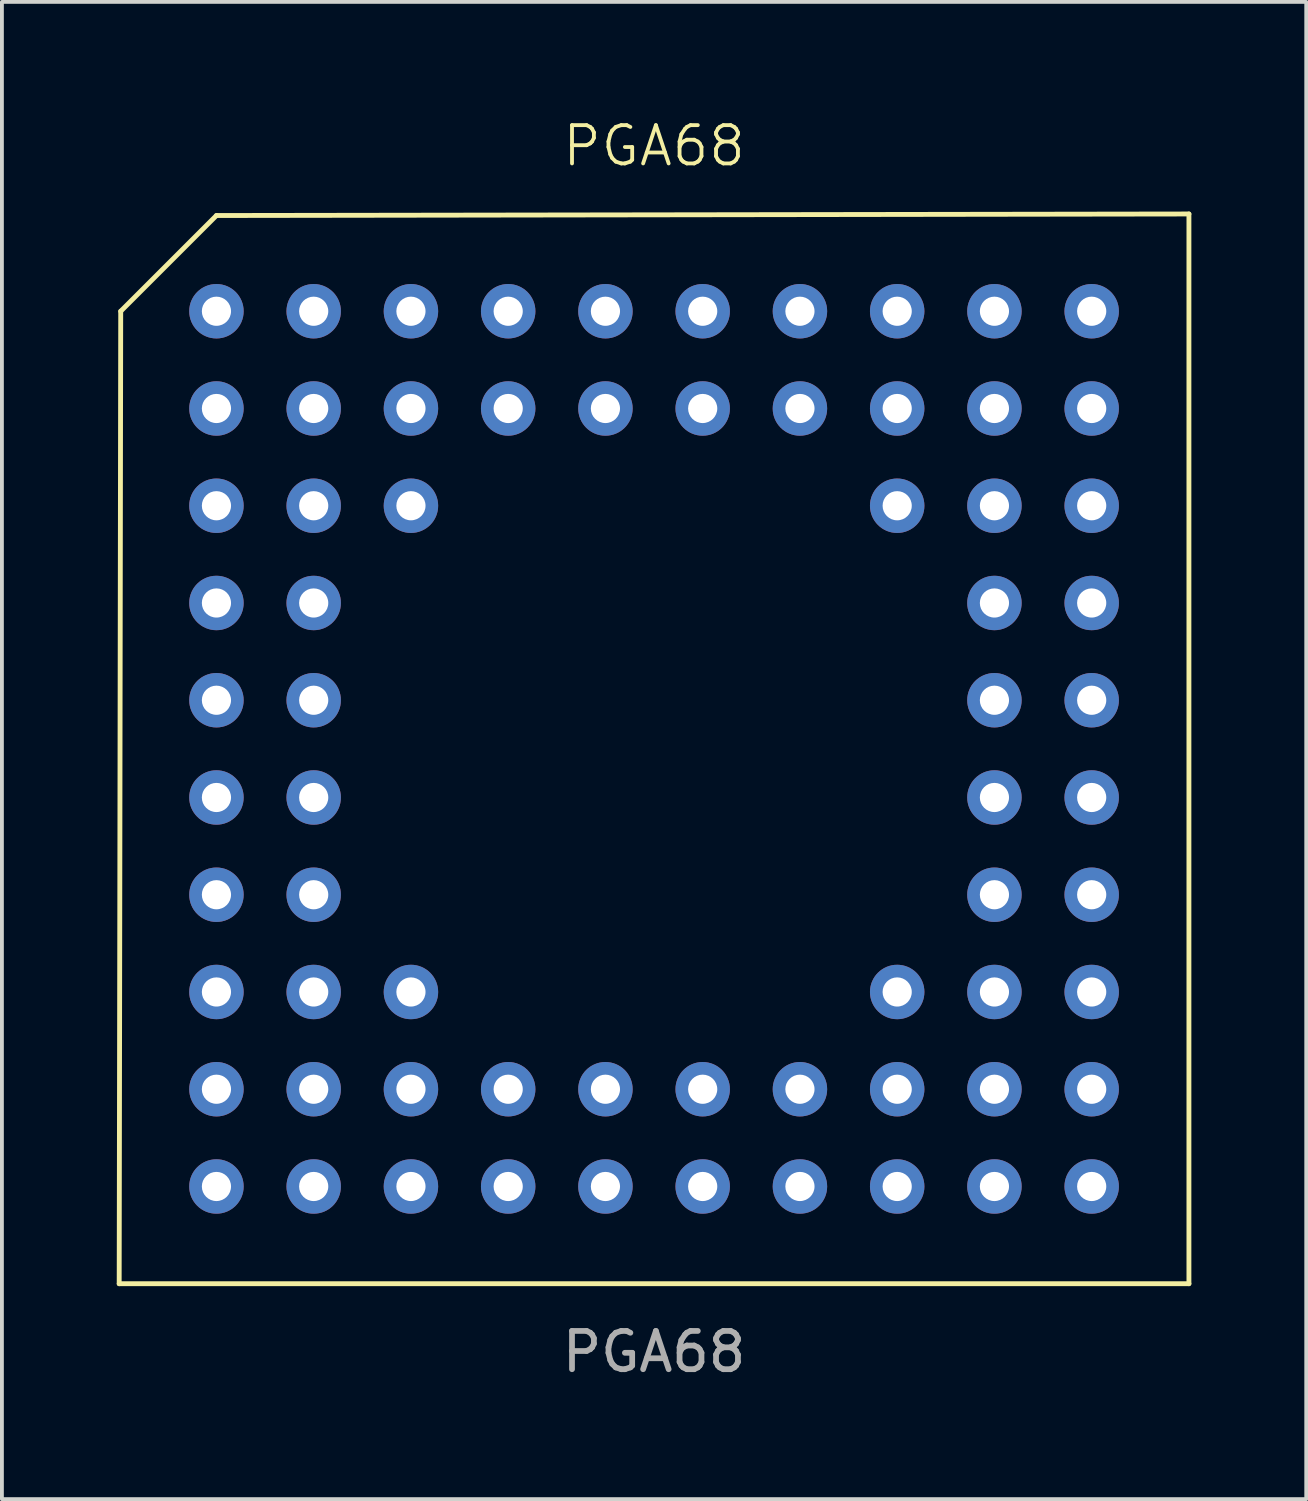
<source format=kicad_pcb>
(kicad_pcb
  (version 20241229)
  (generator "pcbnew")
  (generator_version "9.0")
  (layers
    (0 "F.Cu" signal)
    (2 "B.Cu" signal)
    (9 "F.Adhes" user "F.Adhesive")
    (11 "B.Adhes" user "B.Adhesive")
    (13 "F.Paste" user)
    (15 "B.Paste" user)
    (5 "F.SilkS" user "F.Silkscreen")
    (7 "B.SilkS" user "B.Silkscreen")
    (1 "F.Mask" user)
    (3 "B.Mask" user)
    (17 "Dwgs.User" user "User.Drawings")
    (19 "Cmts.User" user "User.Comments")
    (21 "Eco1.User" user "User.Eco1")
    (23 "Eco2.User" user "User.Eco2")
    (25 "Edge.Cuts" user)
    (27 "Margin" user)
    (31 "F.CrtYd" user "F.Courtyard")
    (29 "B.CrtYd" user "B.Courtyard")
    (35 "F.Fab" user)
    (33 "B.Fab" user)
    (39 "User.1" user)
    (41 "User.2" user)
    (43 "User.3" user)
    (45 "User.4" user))
  (footprint "PGA68"
    (layer "F.Cu")
    (at 2.603 5.079)
    (property "Reference" "PGA68" (at 11.43 -4.318 0) (unlocked yes) (layer "F.SilkS") (effects (font (size 1 1) (thickness 0.1))))
    (attr through_hole)
    (fp_line (start -2.54 25.4) (end -2.5 0) (stroke (width 0.127) (type default)) (layer "F.SilkS"))
    (fp_line (start -2.5 0) (end 0 -2.5) (stroke (width 0.127) (type default)) (layer "F.SilkS"))
    (fp_line (start 0 -2.5) (end 25.4 -2.54) (stroke (width 0.127) (type default)) (layer "F.SilkS"))
    (fp_line (start 25.4 -2.54) (end 25.4 25.4) (stroke (width 0.127) (type default)) (layer "F.SilkS"))
    (fp_line (start 25.4 25.4) (end -2.54 25.4) (stroke (width 0.127) (type default)) (layer "F.SilkS"))
    (fp_text user "${REFERENCE}" (at 11.43 27.178 0) (unlocked yes) (layer "F.Fab") (effects (font (size 1 1) (thickness 0.15))))
    (pad "A1" thru_hole circle (at 0 0) (size 1.422 1.422) (drill 0.762) (layers "*.Cu" "*.Mask"))
    (pad "A2" thru_hole circle (at 2.54 0) (size 1.422 1.422) (drill 0.762) (layers "*.Cu" "*.Mask"))
    (pad "A3" thru_hole circle (at 5.08 0) (size 1.422 1.422) (drill 0.762) (layers "*.Cu" "*.Mask"))
    (pad "A4" thru_hole circle (at 7.62 0) (size 1.422 1.422) (drill 0.762) (layers "*.Cu" "*.Mask"))
    (pad "A5" thru_hole circle (at 10.16 0) (size 1.422 1.422) (drill 0.762) (layers "*.Cu" "*.Mask"))
    (pad "A6" thru_hole circle (at 12.7 0) (size 1.422 1.422) (drill 0.762) (layers "*.Cu" "*.Mask"))
    (pad "A7" thru_hole circle (at 15.24 0) (size 1.422 1.422) (drill 0.762) (layers "*.Cu" "*.Mask"))
    (pad "A8" thru_hole circle (at 17.78 0) (size 1.422 1.422) (drill 0.762) (layers "*.Cu" "*.Mask"))
    (pad "A9" thru_hole circle (at 20.32 0) (size 1.422 1.422) (drill 0.762) (layers "*.Cu" "*.Mask"))
    (pad "A10" thru_hole circle (at 22.86 0) (size 1.422 1.422) (drill 0.762) (layers "*.Cu" "*.Mask"))
    (pad "B1" thru_hole circle (at 0 2.54) (size 1.422 1.422) (drill 0.762) (layers "*.Cu" "*.Mask"))
    (pad "B2" thru_hole circle (at 2.54 2.54) (size 1.422 1.422) (drill 0.762) (layers "*.Cu" "*.Mask"))
    (pad "B3" thru_hole circle (at 5.08 2.54) (size 1.422 1.422) (drill 0.762) (layers "*.Cu" "*.Mask"))
    (pad "B4" thru_hole circle (at 7.62 2.54) (size 1.422 1.422) (drill 0.762) (layers "*.Cu" "*.Mask"))
    (pad "B5" thru_hole circle (at 10.16 2.54) (size 1.422 1.422) (drill 0.762) (layers "*.Cu" "*.Mask"))
    (pad "B6" thru_hole circle (at 12.7 2.54) (size 1.422 1.422) (drill 0.762) (layers "*.Cu" "*.Mask"))
    (pad "B7" thru_hole circle (at 15.24 2.54) (size 1.422 1.422) (drill 0.762) (layers "*.Cu" "*.Mask"))
    (pad "B8" thru_hole circle (at 17.78 2.54) (size 1.422 1.422) (drill 0.762) (layers "*.Cu" "*.Mask"))
    (pad "B9" thru_hole circle (at 20.32 2.54) (size 1.422 1.422) (drill 0.762) (layers "*.Cu" "*.Mask"))
    (pad "B10" thru_hole circle (at 22.86 2.54) (size 1.422 1.422) (drill 0.762) (layers "*.Cu" "*.Mask"))
    (pad "C1" thru_hole circle (at 0 5.08) (size 1.422 1.422) (drill 0.762) (layers "*.Cu" "*.Mask"))
    (pad "C2" thru_hole circle (at 2.54 5.08) (size 1.422 1.422) (drill 0.762) (layers "*.Cu" "*.Mask"))
    (pad "C3" thru_hole circle (at 5.08 5.08) (size 1.422 1.422) (drill 0.762) (layers "*.Cu" "*.Mask"))
    (pad "C8" thru_hole circle (at 17.78 5.08) (size 1.422 1.422) (drill 0.762) (layers "*.Cu" "*.Mask"))
    (pad "C9" thru_hole circle (at 20.32 5.08) (size 1.422 1.422) (drill 0.762) (layers "*.Cu" "*.Mask"))
    (pad "C10" thru_hole circle (at 22.86 5.08) (size 1.422 1.422) (drill 0.762) (layers "*.Cu" "*.Mask"))
    (pad "D1" thru_hole circle (at 0 7.62) (size 1.422 1.422) (drill 0.762) (layers "*.Cu" "*.Mask"))
    (pad "D2" thru_hole circle (at 2.54 7.62) (size 1.422 1.422) (drill 0.762) (layers "*.Cu" "*.Mask"))
    (pad "D9" thru_hole circle (at 20.32 7.62) (size 1.422 1.422) (drill 0.762) (layers "*.Cu" "*.Mask"))
    (pad "D10" thru_hole circle (at 22.86 7.62) (size 1.422 1.422) (drill 0.762) (layers "*.Cu" "*.Mask"))
    (pad "E1" thru_hole circle (at 0 10.16) (size 1.422 1.422) (drill 0.762) (layers "*.Cu" "*.Mask"))
    (pad "E2" thru_hole circle (at 2.54 10.16) (size 1.422 1.422) (drill 0.762) (layers "*.Cu" "*.Mask"))
    (pad "E9" thru_hole circle (at 20.32 10.16) (size 1.422 1.422) (drill 0.762) (layers "*.Cu" "*.Mask"))
    (pad "E10" thru_hole circle (at 22.86 10.16) (size 1.422 1.422) (drill 0.762) (layers "*.Cu" "*.Mask"))
    (pad "F1" thru_hole circle (at 0 12.7) (size 1.422 1.422) (drill 0.762) (layers "*.Cu" "*.Mask"))
    (pad "F2" thru_hole circle (at 2.54 12.7) (size 1.422 1.422) (drill 0.762) (layers "*.Cu" "*.Mask"))
    (pad "F9" thru_hole circle (at 20.32 12.7) (size 1.422 1.422) (drill 0.762) (layers "*.Cu" "*.Mask"))
    (pad "F10" thru_hole circle (at 22.86 12.7) (size 1.422 1.422) (drill 0.762) (layers "*.Cu" "*.Mask"))
    (pad "G1" thru_hole circle (at 0 15.24) (size 1.422 1.422) (drill 0.762) (layers "*.Cu" "*.Mask"))
    (pad "G2" thru_hole circle (at 2.54 15.24) (size 1.422 1.422) (drill 0.762) (layers "*.Cu" "*.Mask"))
    (pad "G9" thru_hole circle (at 20.32 15.24) (size 1.422 1.422) (drill 0.762) (layers "*.Cu" "*.Mask"))
    (pad "G10" thru_hole circle (at 22.86 15.24) (size 1.422 1.422) (drill 0.762) (layers "*.Cu" "*.Mask"))
    (pad "H1" thru_hole circle (at 0 17.78) (size 1.422 1.422) (drill 0.762) (layers "*.Cu" "*.Mask"))
    (pad "H2" thru_hole circle (at 2.54 17.78) (size 1.422 1.422) (drill 0.762) (layers "*.Cu" "*.Mask"))
    (pad "H3" thru_hole circle (at 5.08 17.78) (size 1.422 1.422) (drill 0.762) (layers "*.Cu" "*.Mask"))
    (pad "H8" thru_hole circle (at 17.78 17.78) (size 1.422 1.422) (drill 0.762) (layers "*.Cu" "*.Mask"))
    (pad "H9" thru_hole circle (at 20.32 17.78) (size 1.422 1.422) (drill 0.762) (layers "*.Cu" "*.Mask"))
    (pad "H10" thru_hole circle (at 22.86 17.78) (size 1.422 1.422) (drill 0.762) (layers "*.Cu" "*.Mask"))
    (pad "J1" thru_hole circle (at 0 20.32) (size 1.422 1.422) (drill 0.762) (layers "*.Cu" "*.Mask"))
    (pad "J2" thru_hole circle (at 2.54 20.32) (size 1.422 1.422) (drill 0.762) (layers "*.Cu" "*.Mask"))
    (pad "J3" thru_hole circle (at 5.08 20.32) (size 1.422 1.422) (drill 0.762) (layers "*.Cu" "*.Mask"))
    (pad "J4" thru_hole circle (at 7.62 20.32) (size 1.422 1.422) (drill 0.762) (layers "*.Cu" "*.Mask"))
    (pad "J5" thru_hole circle (at 10.16 20.32) (size 1.422 1.422) (drill 0.762) (layers "*.Cu" "*.Mask"))
    (pad "J6" thru_hole circle (at 12.7 20.32) (size 1.422 1.422) (drill 0.762) (layers "*.Cu" "*.Mask"))
    (pad "J7" thru_hole circle (at 15.24 20.32) (size 1.422 1.422) (drill 0.762) (layers "*.Cu" "*.Mask"))
    (pad "J8" thru_hole circle (at 17.78 20.32) (size 1.422 1.422) (drill 0.762) (layers "*.Cu" "*.Mask"))
    (pad "J9" thru_hole circle (at 20.32 20.32) (size 1.422 1.422) (drill 0.762) (layers "*.Cu" "*.Mask"))
    (pad "J10" thru_hole circle (at 22.86 20.32) (size 1.422 1.422) (drill 0.762) (layers "*.Cu" "*.Mask"))
    (pad "K1" thru_hole circle (at 0 22.86) (size 1.422 1.422) (drill 0.762) (layers "*.Cu" "*.Mask"))
    (pad "K2" thru_hole circle (at 2.54 22.86) (size 1.422 1.422) (drill 0.762) (layers "*.Cu" "*.Mask"))
    (pad "K3" thru_hole circle (at 5.08 22.86) (size 1.422 1.422) (drill 0.762) (layers "*.Cu" "*.Mask"))
    (pad "K4" thru_hole circle (at 7.62 22.86) (size 1.422 1.422) (drill 0.762) (layers "*.Cu" "*.Mask"))
    (pad "K5" thru_hole circle (at 10.16 22.86) (size 1.422 1.422) (drill 0.762) (layers "*.Cu" "*.Mask"))
    (pad "K6" thru_hole circle (at 12.7 22.86) (size 1.422 1.422) (drill 0.762) (layers "*.Cu" "*.Mask"))
    (pad "K7" thru_hole circle (at 15.24 22.86) (size 1.422 1.422) (drill 0.762) (layers "*.Cu" "*.Mask"))
    (pad "K8" thru_hole circle (at 17.78 22.86) (size 1.422 1.422) (drill 0.762) (layers "*.Cu" "*.Mask"))
    (pad "K9" thru_hole circle (at 20.32 22.86) (size 1.422 1.422) (drill 0.762) (layers "*.Cu" "*.Mask"))
    (pad "K10" thru_hole circle (at 22.86 22.86) (size 1.422 1.422) (drill 0.762) (layers "*.Cu" "*.Mask")))
  (gr_rect
    (start -3 -3)
    (end 31.067 36.105)
    (stroke (width 0.1) (type default))
    (fill no)
    (layer "Edge.Cuts")))
</source>
